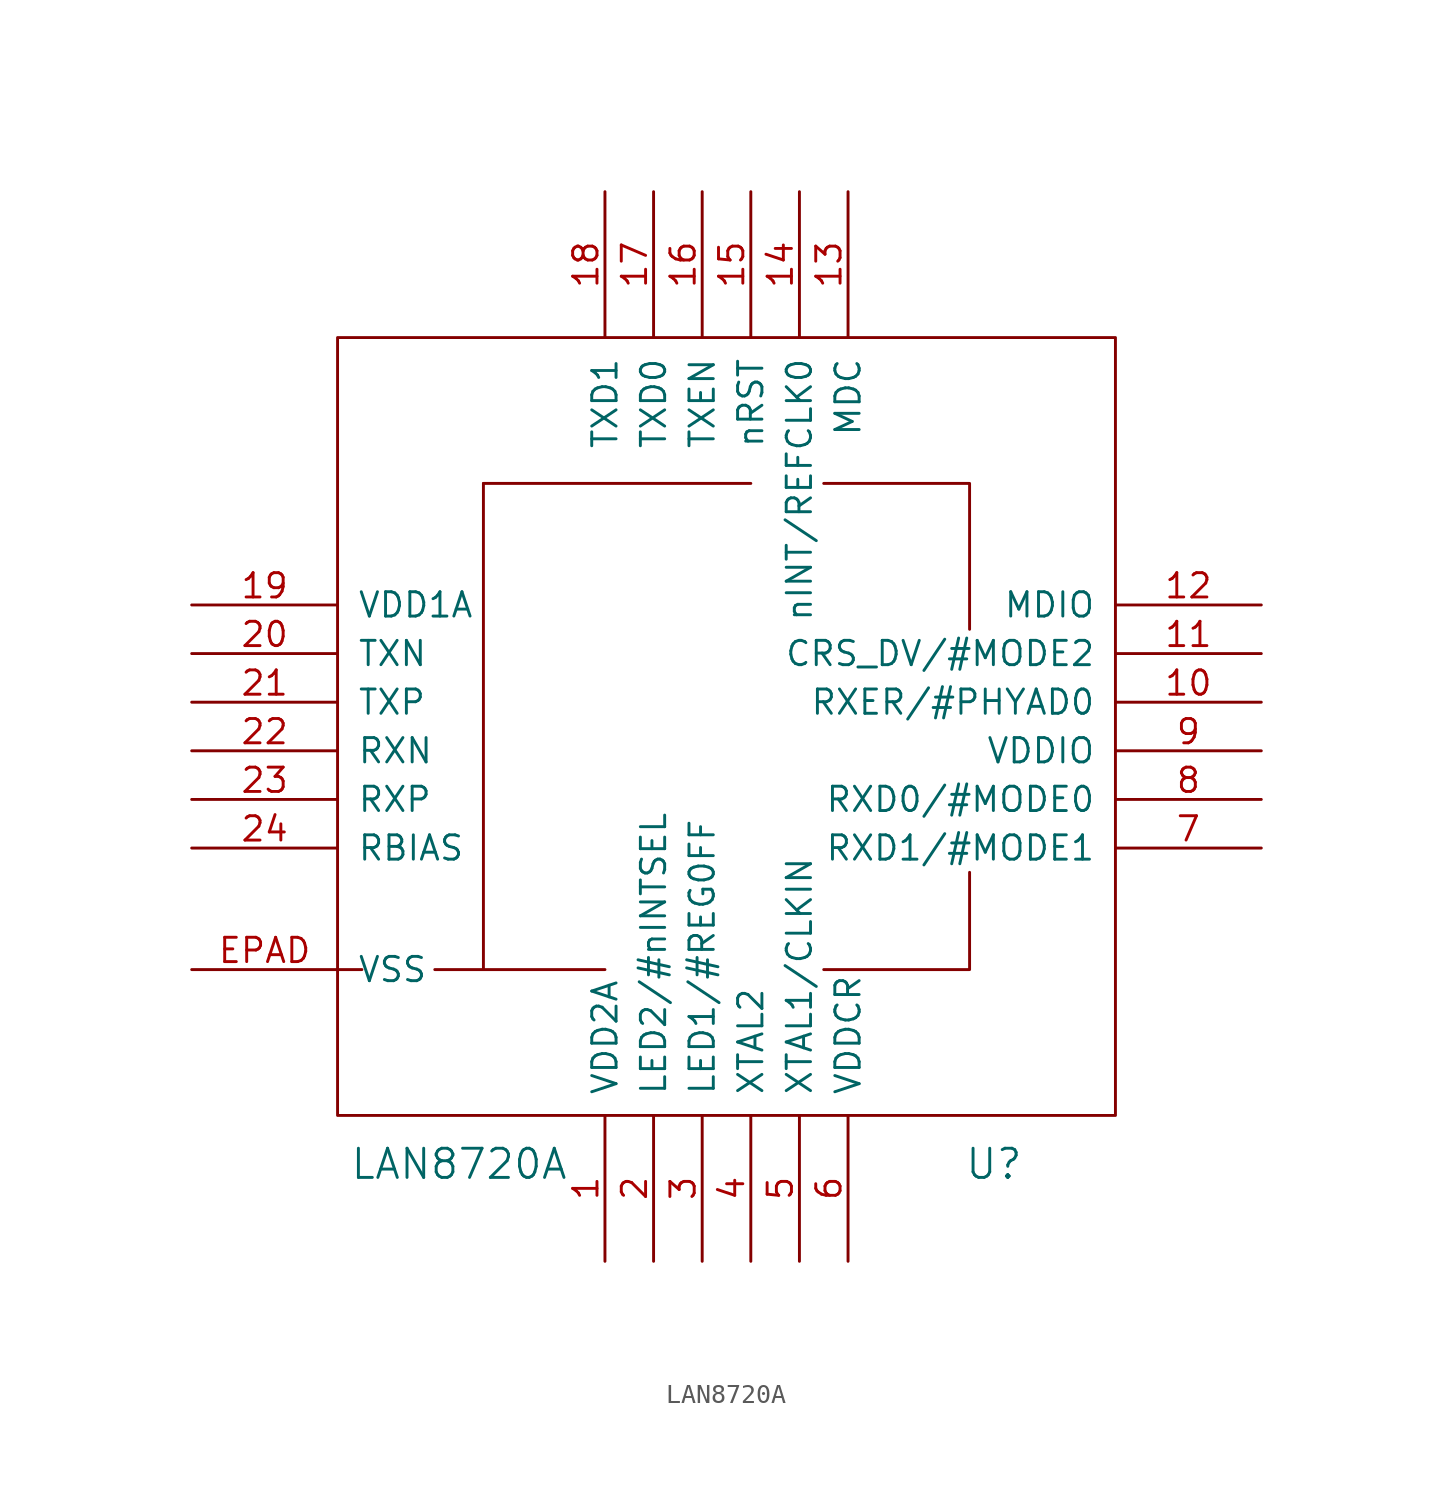
<source format=kicad_sym>
(kicad_symbol_lib
  (version 20220914)
  (generator kicad_symbol_editor)
  (symbol "LAN8720A"
    (pin_names
      (offset 1.016))
    (property "Reference" "U"
      (at 13.97 -22.86 0)
      (effects (font (size 1.524 1.524))))
    (property "Value" "LAN8720A"
      (at -13.97 -22.86 0)
      (effects (font (size 1.524 1.524))))
    (property "Footprint" ""
      (at 3.81 0 0)
      (effects (font (size 1.524 1.524))))
    (property "Datasheet" ""
      (at 3.81 0 0)
      (effects (font (size 1.524 1.524))))
    (symbol "LAN8720A_0_1"
      (rectangle (start -20.32 20.32) (end 20.32 -20.32) (stroke (width 0) (type solid)) (fill (type none)))
      (polyline (pts (xy -20.32 -12.7) (xy -19.05 -12.7)) (stroke (width 0) (type solid)) (fill (type none)))
      (polyline (pts (xy -15.24 -12.7) (xy -12.7 -12.7)) (stroke (width 0) (type solid)) (fill (type none)))
      (polyline (pts (xy -12.7 12.7) (xy 1.27 12.7)) (stroke (width 0) (type solid)) (fill (type none)))
      (polyline (pts (xy -12.7 12.7) (xy -12.7 -12.7) (xy -6.35 -12.7)) (stroke (width 0) (type solid)) (fill (type none)))
      (polyline (pts (xy 5.08 -12.7) (xy 12.7 -12.7) (xy 12.7 -7.62)) (stroke (width 0) (type solid)) (fill (type none)))
      (polyline (pts (xy 12.7 5.08) (xy 12.7 12.7) (xy 5.08 12.7)) (stroke (width 0) (type solid)) (fill (type none))))
    (symbol "LAN8720A_1_1"
      (pin input line (at -6.35 -27.94 90) (length 7.62) (name "VDD2A" (effects (font (size 1.27 1.27)))) (number "1" (effects (font (size 1.27 1.27)))))
      (pin input line (at 27.94 1.27 180) (length 7.62) (name "RXER/#PHYAD0" (effects (font (size 1.27 1.27)))) (number "10" (effects (font (size 1.27 1.27)))))
      (pin input line (at 27.94 3.81 180) (length 7.62) (name "CRS_DV/#MODE2" (effects (font (size 1.27 1.27)))) (number "11" (effects (font (size 1.27 1.27)))))
      (pin input line (at 27.94 6.35 180) (length 7.62) (name "MDIO" (effects (font (size 1.27 1.27)))) (number "12" (effects (font (size 1.27 1.27)))))
      (pin input line (at 6.35 27.94 270) (length 7.62) (name "MDC" (effects (font (size 1.27 1.27)))) (number "13" (effects (font (size 1.27 1.27)))))
      (pin input line (at 3.81 27.94 270) (length 7.62) (name "nINT/REFCLK0" (effects (font (size 1.27 1.27)))) (number "14" (effects (font (size 1.27 1.27)))))
      (pin input line (at 1.27 27.94 270) (length 7.62) (name "nRST" (effects (font (size 1.27 1.27)))) (number "15" (effects (font (size 1.27 1.27)))))
      (pin input line (at -1.27 27.94 270) (length 7.62) (name "TXEN" (effects (font (size 1.27 1.27)))) (number "16" (effects (font (size 1.27 1.27)))))
      (pin input line (at -3.81 27.94 270) (length 7.62) (name "TXD0" (effects (font (size 1.27 1.27)))) (number "17" (effects (font (size 1.27 1.27)))))
      (pin input line (at -6.35 27.94 270) (length 7.62) (name "TXD1" (effects (font (size 1.27 1.27)))) (number "18" (effects (font (size 1.27 1.27)))))
      (pin input line (at -27.94 6.35 0) (length 7.62) (name "VDD1A" (effects (font (size 1.27 1.27)))) (number "19" (effects (font (size 1.27 1.27)))))
      (pin input line (at -3.81 -27.94 90) (length 7.62) (name "LED2/#nINTSEL" (effects (font (size 1.27 1.27)))) (number "2" (effects (font (size 1.27 1.27)))))
      (pin input line (at -27.94 3.81 0) (length 7.62) (name "TXN" (effects (font (size 1.27 1.27)))) (number "20" (effects (font (size 1.27 1.27)))))
      (pin input line (at -27.94 1.27 0) (length 7.62) (name "TXP" (effects (font (size 1.27 1.27)))) (number "21" (effects (font (size 1.27 1.27)))))
      (pin input line (at -27.94 -1.27 0) (length 7.62) (name "RXN" (effects (font (size 1.27 1.27)))) (number "22" (effects (font (size 1.27 1.27)))))
      (pin input line (at -27.94 -3.81 0) (length 7.62) (name "RXP" (effects (font (size 1.27 1.27)))) (number "23" (effects (font (size 1.27 1.27)))))
      (pin input line (at -27.94 -6.35 0) (length 7.62) (name "RBIAS" (effects (font (size 1.27 1.27)))) (number "24" (effects (font (size 1.27 1.27)))))
      (pin input line (at -1.27 -27.94 90) (length 7.62) (name "LED1/#REG0FF" (effects (font (size 1.27 1.27)))) (number "3" (effects (font (size 1.27 1.27)))))
      (pin input line (at 1.27 -27.94 90) (length 7.62) (name "XTAL2" (effects (font (size 1.27 1.27)))) (number "4" (effects (font (size 1.27 1.27)))))
      (pin input line (at 3.81 -27.94 90) (length 7.62) (name "XTAL1/CLKIN" (effects (font (size 1.27 1.27)))) (number "5" (effects (font (size 1.27 1.27)))))
      (pin input line (at 6.35 -27.94 90) (length 7.62) (name "VDDCR" (effects (font (size 1.27 1.27)))) (number "6" (effects (font (size 1.27 1.27)))))
      (pin input line (at 27.94 -6.35 180) (length 7.62) (name "RXD1/#MODE1" (effects (font (size 1.27 1.27)))) (number "7" (effects (font (size 1.27 1.27)))))
      (pin input line (at 27.94 -3.81 180) (length 7.62) (name "RXD0/#MODE0" (effects (font (size 1.27 1.27)))) (number "8" (effects (font (size 1.27 1.27)))))
      (pin input line (at 27.94 -1.27 180) (length 7.62) (name "VDDIO" (effects (font (size 1.27 1.27)))) (number "9" (effects (font (size 1.27 1.27)))))
      (pin power_in line (at -27.94 -12.7 0) (length 7.62) (name "VSS" (effects (font (size 1.27 1.27)))) (number "EPAD" (effects (font (size 1.27 1.27))))))))
</source>
